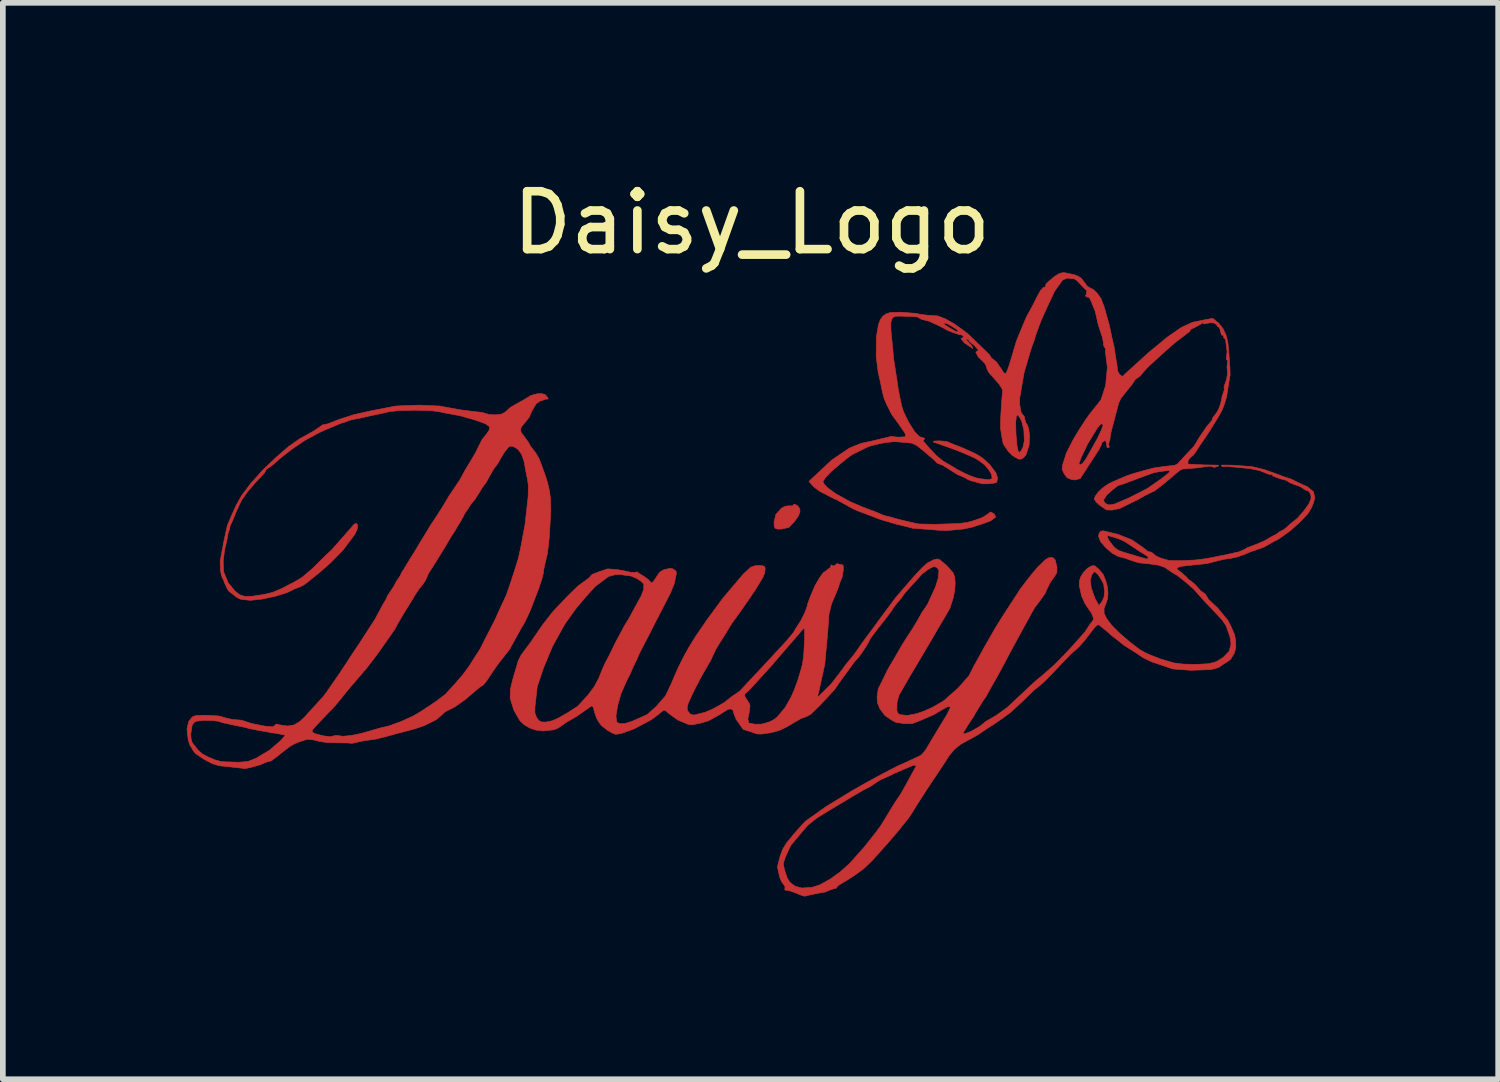
<source format=kicad_pcb>
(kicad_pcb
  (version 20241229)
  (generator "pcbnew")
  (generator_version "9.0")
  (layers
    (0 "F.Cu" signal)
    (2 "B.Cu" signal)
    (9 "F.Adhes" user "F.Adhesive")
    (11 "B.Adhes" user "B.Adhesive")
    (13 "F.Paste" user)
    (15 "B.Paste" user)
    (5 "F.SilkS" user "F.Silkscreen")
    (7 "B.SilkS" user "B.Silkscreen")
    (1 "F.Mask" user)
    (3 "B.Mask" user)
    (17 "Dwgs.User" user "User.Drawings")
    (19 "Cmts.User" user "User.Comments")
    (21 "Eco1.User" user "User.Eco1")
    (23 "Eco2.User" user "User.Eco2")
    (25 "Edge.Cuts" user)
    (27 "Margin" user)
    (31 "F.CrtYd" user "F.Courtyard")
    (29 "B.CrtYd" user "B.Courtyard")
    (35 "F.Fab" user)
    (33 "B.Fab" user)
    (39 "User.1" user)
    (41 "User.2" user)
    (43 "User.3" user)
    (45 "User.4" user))
  (footprint "Daisy_Logo"
    (layer "F.Cu")
    (at 10.15 7.212)
    (property "Reference" "Daisy_Logo" (at 0 -6.35 0) (layer "F.SilkS") (effects (font (size 1.016 1.016) (thickness 0.152))))
    (attr through_hole)
    (fp_poly (pts (xy 0.735 -1.41) (xy 0.736 -1.395) (xy 0.718 -1.379) (xy 0.628 -1.379) (xy 0.576 -1.368) (xy 0.518 -1.334) (xy 0.423 -1.226) (xy 0.392 -1.094) (xy 0.395 -1.028) (xy 0.411 -0.984) (xy 0.451 -0.972) (xy 0.522 -0.972) (xy 0.654 -1.001) (xy 0.752 -1.106) (xy 0.816 -1.197) (xy 0.847 -1.268) (xy 0.846 -1.324) (xy 0.814 -1.373) (xy 0.768 -1.404) (xy 0.735 -1.41)) (stroke (width 0.01) (type solid)) (fill yes) (layer "F.Cu"))
    (fp_poly (pts (xy -3.702 -3.352) (xy -3.773 -3.346) (xy -3.877 -3.317) (xy -3.998 -3.244) (xy -4.168 -3.149) (xy -4.239 -3.107) (xy -4.327 -3.027) (xy -4.398 -2.988) (xy -4.508 -2.978) (xy -4.608 -2.982) (xy -4.664 -2.999) (xy -4.737 -3.02) (xy -4.881 -3.036) (xy -5.11 -3.065) (xy -5.301 -3.099) (xy -5.476 -3.132) (xy -5.836 -3.148) (xy -6.245 -3.133) (xy -6.675 -3.05) (xy -6.989 -2.98) (xy -7.242 -2.898) (xy -7.447 -2.819) (xy -7.524 -2.803) (xy -7.552 -2.796) (xy -7.567 -2.777) (xy -7.692 -2.693) (xy -7.943 -2.554) (xy -8.132 -2.421) (xy -8.339 -2.242) (xy -8.574 -2.02) (xy -8.789 -1.782) (xy -8.959 -1.557) (xy -9.059 -1.375) (xy -9.141 -1.194) (xy -9.207 -1.037) (xy -9.239 -0.896) (xy -9.268 -0.761) (xy -9.291 -0.635) (xy -9.306 -0.563) (xy -9.334 -0.404) (xy -9.331 -0.257) (xy -9.314 -0.168) (xy -9.293 -0.109) (xy -9.275 -0.08) (xy -9.253 -0.016) (xy -9.211 0.074) (xy -9.177 0.124) (xy -9.103 0.179) (xy -9.038 0.23) (xy -8.974 0.261) (xy -8.807 0.28) (xy -8.6 0.258) (xy -8.367 0.208) (xy -8.156 0.143) (xy -8.019 0.075) (xy -7.941 0.047) (xy -7.864 0.009) (xy -7.813 -0.029) (xy -7.581 -0.216) (xy -7.402 -0.373) (xy -7.178 -0.601) (xy -6.972 -0.876) (xy -6.925 -0.974) (xy -6.92 -1.041) (xy -6.941 -1.071) (xy -6.979 -1.059) (xy -7.133 -0.883) (xy -7.369 -0.614) (xy -7.472 -0.517) (xy -7.716 -0.276) (xy -7.902 -0.118) (xy -8.025 -0.046) (xy -8.255 0.074) (xy -8.419 0.142) (xy -8.569 0.178) (xy -8.773 0.208) (xy -8.9 0.211) (xy -8.987 0.184) (xy -9.07 0.122) (xy -9.194 -0.03) (xy -9.273 -0.221) (xy -9.281 -0.402) (xy -9.257 -0.605) (xy -9.219 -0.758) (xy -9.196 -0.892) (xy -9.184 -0.935) (xy -9.17 -0.961) (xy -9.16 -1.025) (xy -9.11 -1.134) (xy -9.053 -1.275) (xy -9.025 -1.336) (xy -8.983 -1.428) (xy -8.947 -1.497) (xy -8.925 -1.524) (xy -8.886 -1.581) (xy -8.867 -1.609) (xy -8.829 -1.656) (xy -8.788 -1.702) (xy -8.714 -1.79) (xy -8.554 -1.959) (xy -8.53 -2.007) (xy -8.52 -2.024) (xy -8.432 -2.081) (xy -8.27 -2.222) (xy -8.114 -2.344) (xy -8.03 -2.405) (xy -7.869 -2.515) (xy -7.817 -2.546) (xy -7.603 -2.661) (xy -7.492 -2.713) (xy -7.324 -2.782) (xy -7.25 -2.815) (xy -7.19 -2.837) (xy -7.131 -2.854) (xy -7.056 -2.884) (xy -6.874 -2.921) (xy -6.665 -2.968) (xy -6.512 -2.999) (xy -6.368 -3.033) (xy -6.189 -3.053) (xy -5.903 -3.059) (xy -5.625 -3.051) (xy -5.47 -3.029) (xy -5.383 -3.01) (xy -5.113 -2.96) (xy -4.851 -2.885) (xy -4.784 -2.861) (xy -4.67 -2.818) (xy -4.601 -2.767) (xy -4.608 -2.715) (xy -4.649 -2.651) (xy -4.738 -2.539) (xy -4.855 -2.302) (xy -5.035 -2.001) (xy -5.105 -1.871) (xy -5.132 -1.825) (xy -5.215 -1.702) (xy -5.318 -1.548) (xy -5.368 -1.463) (xy -5.443 -1.34) (xy -5.523 -1.214) (xy -5.574 -1.137) (xy -5.628 -1.057) (xy -5.739 -0.873) (xy -5.842 -0.705) (xy -5.907 -0.595) (xy -5.984 -0.473) (xy -6.048 -0.367) (xy -6.108 -0.267) (xy -6.145 -0.213) (xy -6.175 -0.147) (xy -6.236 -0.059) (xy -6.283 0.031) (xy -6.393 0.197) (xy -6.417 0.255) (xy -6.468 0.339) (xy -6.615 0.612) (xy -6.821 0.93) (xy -6.89 1.037) (xy -6.973 1.16) (xy -7.049 1.275) (xy -7.112 1.374) (xy -7.164 1.451) (xy -7.235 1.559) (xy -7.367 1.749) (xy -7.467 1.895) (xy -7.527 1.973) (xy -7.854 2.332) (xy -7.936 2.409) (xy -8.19 2.646) (xy -8.265 2.737) (xy -8.461 2.907) (xy -8.702 3.052) (xy -8.846 3.109) (xy -9.009 3.123) (xy -9.308 3.113) (xy -9.422 3.082) (xy -9.548 3.029) (xy -9.648 2.976) (xy -9.723 2.909) (xy -9.826 2.776) (xy -9.845 2.709) (xy -9.85 2.626) (xy -9.825 2.469) (xy -9.793 2.424) (xy -9.75 2.402) (xy -9.63 2.388) (xy -9.493 2.389) (xy -9.371 2.402) (xy -9.298 2.427) (xy -9.092 2.471) (xy -8.886 2.513) (xy -8.839 2.528) (xy -8.661 2.564) (xy -8.359 2.615) (xy -8.19 2.646) (xy -7.936 2.409) (xy -8.039 2.469) (xy -8.151 2.487) (xy -8.3 2.465) (xy -8.348 2.451) (xy -8.374 2.476) (xy -8.413 2.501) (xy -8.548 2.489) (xy -8.783 2.443) (xy -8.932 2.393) (xy -8.978 2.383) (xy -9.111 2.373) (xy -9.223 2.348) (xy -9.354 2.311) (xy -9.594 2.297) (xy -9.757 2.302) (xy -9.824 2.328) (xy -9.888 2.409) (xy -9.916 2.541) (xy -9.895 2.732) (xy -9.867 2.819) (xy -9.835 2.87) (xy -9.812 2.911) (xy -9.79 2.941) (xy -9.759 2.975) (xy -9.624 3.067) (xy -9.475 3.146) (xy -9.353 3.184) (xy -9.137 3.207) (xy -8.926 3.23) (xy -8.91 3.237) (xy -8.8 3.215) (xy -8.631 3.167) (xy -8.527 3.122) (xy -8.446 3.101) (xy -8.416 3.085) (xy -8.402 3.07) (xy -8.342 3.028) (xy -8.233 2.939) (xy -8.107 2.844) (xy -8.019 2.794) (xy -7.919 2.755) (xy -7.649 2.481) (xy -7.329 2.146) (xy -7.213 2.007) (xy -7.083 1.845) (xy -6.759 1.467) (xy -6.602 1.262) (xy -6.557 1.201) (xy -6.436 1.029) (xy -6.329 0.876) (xy -6.265 0.783) (xy -6.209 0.678) (xy -6.113 0.515) (xy -5.983 0.306) (xy -5.91 0.183) (xy -5.847 0.089) (xy -5.768 -0.012) (xy -5.731 -0.065) (xy -5.678 -0.189) (xy -5.569 -0.359) (xy -5.459 -0.536) (xy -5.33 -0.751) (xy -5.28 -0.836) (xy -5.211 -0.941) (xy -5.171 -1.011) (xy -5.118 -1.097) (xy -5.064 -1.192) (xy -5.042 -1.241) (xy -5.001 -1.299) (xy -4.923 -1.419) (xy -4.853 -1.5) (xy -4.841 -1.524) (xy -4.81 -1.571) (xy -4.78 -1.618) (xy -4.734 -1.696) (xy -4.661 -1.794) (xy -4.611 -1.886) (xy -4.532 -2.025) (xy -4.454 -2.129) (xy -4.442 -2.149) (xy -4.408 -2.213) (xy -4.342 -2.322) (xy -4.27 -2.413) (xy -4.23 -2.428) (xy -4.188 -2.423) (xy -4.104 -2.372) (xy -4.042 -2.287) (xy -3.997 -2.159) (xy -3.965 -1.981) (xy -3.937 -1.842) (xy -3.922 -1.736) (xy -3.926 -1.539) (xy -3.981 -1.05) (xy -4.051 -0.674) (xy -4.097 -0.459) (xy -4.174 -0.213) (xy -4.265 0.063) (xy -4.315 0.202) (xy -4.42 0.426) (xy -4.503 0.611) (xy -4.595 0.791) (xy -4.692 0.979) (xy -4.764 1.125) (xy -4.97 1.447) (xy -5.062 1.572) (xy -5.209 1.744) (xy -5.377 1.928) (xy -5.536 2.05) (xy -5.802 2.227) (xy -5.941 2.31) (xy -6.154 2.406) (xy -6.368 2.485) (xy -6.51 2.518) (xy -6.67 2.563) (xy -6.848 2.615) (xy -7.03 2.652) (xy -7.178 2.667) (xy -7.257 2.656) (xy -7.306 2.652) (xy -7.397 2.674) (xy -7.518 2.66) (xy -7.658 2.625) (xy -7.719 2.594) (xy -7.712 2.552) (xy -7.649 2.481) (xy -7.919 2.755) (xy -7.799 2.719) (xy -7.688 2.732) (xy -7.599 2.755) (xy -7.461 2.777) (xy -7.269 2.781) (xy -7.091 2.784) (xy -7.02 2.791) (xy -6.96 2.778) (xy -6.805 2.745) (xy -6.613 2.719) (xy -6.421 2.672) (xy -6.253 2.625) (xy -6.076 2.579) (xy -5.9 2.531) (xy -5.762 2.484) (xy -5.624 2.418) (xy -5.537 2.373) (xy -5.442 2.291) (xy -5.392 2.242) (xy -5.335 2.213) (xy -5.255 2.172) (xy -5.211 2.149) (xy -5.034 2.024) (xy -4.786 1.814) (xy -4.707 1.759) (xy -4.648 1.685) (xy -4.541 1.521) (xy -4.431 1.367) (xy -4.357 1.275) (xy -4.25 1.137) (xy -4.13 0.918) (xy -4.042 0.76) (xy -3.984 0.663) (xy -3.891 0.464) (xy -3.756 0.115) (xy -3.734 0.054) (xy -3.721 0.012) (xy -3.692 -0.07) (xy -3.662 -0.185) (xy -3.646 -0.294) (xy -3.586 -0.551) (xy -3.554 -0.835) (xy -3.528 -1.293) (xy -3.533 -1.497) (xy -3.55 -1.635) (xy -3.583 -1.779) (xy -3.623 -1.909) (xy -3.673 -2.047) (xy -3.734 -2.209) (xy -3.793 -2.308) (xy -3.888 -2.432) (xy -3.92 -2.494) (xy -3.936 -2.515) (xy -3.951 -2.536) (xy -4.005 -2.612) (xy -4.046 -2.664) (xy -4.059 -2.712) (xy -4.047 -2.763) (xy -3.905 -2.937) (xy -3.863 -3.042) (xy -3.811 -3.129) (xy -3.798 -3.149) (xy -3.776 -3.18) (xy -3.723 -3.216) (xy -3.61 -3.254) (xy -3.575 -3.255) (xy -3.582 -3.281) (xy -3.629 -3.335) (xy -3.702 -3.352)) (stroke (width 0.01) (type solid)) (fill yes) (layer "F.Cu"))
    (fp_poly (pts (xy 5.479 -5.476) (xy 5.406 -5.462) (xy 5.311 -5.403) (xy 5.179 -5.289) (xy 5.156 -5.251) (xy 5.164 -5.228) (xy 5.174 -5.219) (xy 5.154 -5.222) (xy 5.118 -5.214) (xy 5.07 -5.158) (xy 4.996 -5.024) (xy 4.948 -4.924) (xy 4.877 -4.793) (xy 4.823 -4.694) (xy 4.801 -4.64) (xy 4.764 -4.556) (xy 4.647 -4.271) (xy 4.541 -3.911) (xy 4.519 -3.842) (xy 4.49 -3.762) (xy 4.46 -3.697) (xy 4.419 -3.724) (xy 4.377 -3.792) (xy 4.296 -3.908) (xy 4.225 -3.964) (xy 4.211 -3.973) (xy 4.177 -4.031) (xy 3.811 -4.387) (xy 3.713 -4.464) (xy 3.555 -4.576) (xy 3.403 -4.662) (xy 3.269 -4.714) (xy 3.107 -4.725) (xy 2.977 -4.739) (xy 2.883 -4.759) (xy 2.623 -4.78) (xy 2.429 -4.773) (xy 2.359 -4.749) (xy 2.303 -4.709) (xy 2.26 -4.65) (xy 2.228 -4.57) (xy 2.188 -4.341) (xy 2.186 -4.002) (xy 2.22 -3.727) (xy 2.262 -3.543) (xy 2.293 -3.39) (xy 2.324 -3.268) (xy 2.372 -3.154) (xy 2.401 -3.101) (xy 2.454 -2.992) (xy 2.579 -2.819) (xy 2.687 -2.663) (xy 2.703 -2.617) (xy 2.692 -2.592) (xy 2.571 -2.585) (xy 2.448 -2.599) (xy 2.328 -2.569) (xy 2.136 -2.523) (xy 1.924 -2.477) (xy 1.719 -2.396) (xy 1.404 -2.183) (xy 1.005 -1.809) (xy 1.086 -1.716) (xy 1.186 -1.64) (xy 1.259 -1.602) (xy 1.332 -1.564) (xy 1.392 -1.533) (xy 1.453 -1.502) (xy 1.489 -1.489) (xy 1.782 -1.326) (xy 1.887 -1.281) (xy 1.992 -1.243) (xy 2.257 -1.141) (xy 2.466 -1.08) (xy 2.548 -1.056) (xy 2.607 -1.042) (xy 2.725 -1.013) (xy 2.823 -0.987) (xy 2.999 -0.973) (xy 3.291 -0.951) (xy 3.398 -0.947) (xy 3.498 -0.952) (xy 3.723 -0.973) (xy 3.896 -1.012) (xy 3.937 -1.027) (xy 4.006 -1.05) (xy 4.081 -1.073) (xy 4.198 -1.118) (xy 4.285 -1.184) (xy 4.256 -1.239) (xy 4.195 -1.272) (xy 4.145 -1.236) (xy 4.055 -1.176) (xy 3.904 -1.121) (xy 3.791 -1.09) (xy 3.645 -1.069) (xy 3.222 -1.055) (xy 2.929 -1.061) (xy 2.777 -1.095) (xy 2.608 -1.135) (xy 2.524 -1.157) (xy 2.449 -1.18) (xy 2.326 -1.209) (xy 2.15 -1.283) (xy 2.012 -1.334) (xy 1.918 -1.371) (xy 1.828 -1.41) (xy 1.729 -1.452) (xy 1.471 -1.595) (xy 1.329 -1.7) (xy 1.273 -1.76) (xy 1.25 -1.804) (xy 1.292 -1.871) (xy 1.393 -1.98) (xy 1.616 -2.168) (xy 1.682 -2.22) (xy 1.767 -2.281) (xy 2.056 -2.423) (xy 2.17 -2.453) (xy 2.276 -2.478) (xy 2.369 -2.493) (xy 2.507 -2.507) (xy 2.696 -2.493) (xy 2.819 -2.479) (xy 2.898 -2.439) (xy 3.01 -2.35) (xy 3.214 -2.177) (xy 3.224 -2.165) (xy 3.259 -2.128) (xy 3.351 -2.093) (xy 3.452 -2.032) (xy 3.603 -1.935) (xy 3.749 -1.871) (xy 3.803 -1.838) (xy 3.866 -1.815) (xy 3.897 -1.809) (xy 3.951 -1.794) (xy 4.005 -1.778) (xy 4.056 -1.766) (xy 4.154 -1.767) (xy 4.253 -1.777) (xy 4.304 -1.795) (xy 4.317 -1.867) (xy 4.288 -1.96) (xy 4.174 -2.11) (xy 4.049 -2.223) (xy 3.958 -2.279) (xy 3.851 -2.331) (xy 3.744 -2.379) (xy 3.677 -2.408) (xy 3.562 -2.452) (xy 3.423 -2.51) (xy 3.295 -2.521) (xy 3.204 -2.517) (xy 3.185 -2.502) (xy 3.368 -2.438) (xy 3.605 -2.353) (xy 3.805 -2.27) (xy 3.92 -2.218) (xy 3.996 -2.171) (xy 4.084 -2.104) (xy 4.162 -2.016) (xy 4.213 -1.928) (xy 4.221 -1.862) (xy 4.195 -1.846) (xy 4.142 -1.84) (xy 4.004 -1.857) (xy 3.92 -1.876) (xy 3.828 -1.911) (xy 3.736 -1.953) (xy 3.69 -1.976) (xy 3.621 -2.011) (xy 3.478 -2.097) (xy 3.365 -2.162) (xy 3.244 -2.26) (xy 3.108 -2.406) (xy 3.033 -2.491) (xy 3.005 -2.519) (xy 3.023 -2.54) (xy 3.039 -2.559) (xy 3.008 -2.576) (xy 2.948 -2.592) (xy 2.862 -2.679) (xy 2.753 -2.852) (xy 2.665 -3.034) (xy 2.633 -3.136) (xy 2.595 -3.313) (xy 2.572 -3.436) (xy 2.554 -3.566) (xy 2.523 -3.765) (xy 2.495 -3.94) (xy 2.47 -4.201) (xy 2.446 -4.446) (xy 2.442 -4.588) (xy 2.456 -4.649) (xy 2.48 -4.688) (xy 2.526 -4.709) (xy 2.617 -4.711) (xy 2.822 -4.704) (xy 2.914 -4.695) (xy 2.979 -4.656) (xy 3.107 -4.624) (xy 3.276 -4.548) (xy 3.356 -4.508) (xy 3.414 -4.476) (xy 3.431 -4.464) (xy 3.532 -4.424) (xy 3.641 -4.388) (xy 3.628 -4.449) (xy 3.606 -4.433) (xy 3.576 -4.446) (xy 3.486 -4.498) (xy 3.393 -4.555) (xy 3.371 -4.595) (xy 3.448 -4.571) (xy 3.544 -4.514) (xy 3.602 -4.475) (xy 3.628 -4.449) (xy 3.641 -4.388) (xy 3.695 -4.379) (xy 3.72 -4.347) (xy 3.697 -4.325) (xy 3.674 -4.316) (xy 3.736 -4.239) (xy 3.856 -4.161) (xy 3.883 -4.141) (xy 3.868 -4.181) (xy 3.81 -4.248) (xy 3.769 -4.295) (xy 3.789 -4.31) (xy 3.813 -4.287) (xy 3.824 -4.264) (xy 3.91 -4.195) (xy 3.981 -4.113) (xy 3.958 -4.095) (xy 3.935 -4.076) (xy 3.978 -3.994) (xy 4.049 -3.927) (xy 4.106 -3.865) (xy 4.135 -3.775) (xy 4.162 -3.723) (xy 4.234 -3.642) (xy 4.334 -3.529) (xy 4.373 -3.472) (xy 4.404 -3.423) (xy 4.402 -3.351) (xy 4.388 -3.198) (xy 4.372 -2.929) (xy 4.368 -2.751) (xy 4.388 -2.615) (xy 4.417 -2.467) (xy 4.506 -2.335) (xy 4.571 -2.268) (xy 4.617 -2.239) (xy 4.657 -2.216) (xy 4.694 -2.198) (xy 4.737 -2.203) (xy 4.779 -2.23) (xy 4.816 -2.276) (xy 4.871 -2.443) (xy 4.879 -2.62) (xy 4.864 -2.722) (xy 4.843 -2.795) (xy 4.811 -2.844) (xy 4.794 -2.905) (xy 4.788 -2.945) (xy 4.771 -2.966) (xy 4.732 -3.017) (xy 4.704 -3.163) (xy 4.705 -3.27) (xy 4.648 -2.959) (xy 4.676 -2.973) (xy 4.704 -2.933) (xy 4.741 -2.868) (xy 4.779 -2.709) (xy 4.787 -2.518) (xy 4.762 -2.404) (xy 4.723 -2.336) (xy 4.699 -2.321) (xy 4.682 -2.327) (xy 4.657 -2.443) (xy 4.64 -2.647) (xy 4.636 -2.848) (xy 4.648 -2.959) (xy 4.705 -3.27) (xy 4.726 -3.388) (xy 4.783 -3.719) (xy 4.896 -4.103) (xy 4.937 -4.226) (xy 4.949 -4.249) (xy 4.985 -4.371) (xy 5.078 -4.625) (xy 5.178 -4.847) (xy 5.316 -5.144) (xy 5.459 -5.345) (xy 5.535 -5.377) (xy 5.577 -5.378) (xy 5.602 -5.366) (xy 5.63 -5.368) (xy 5.662 -5.366) (xy 5.712 -5.335) (xy 5.808 -5.234) (xy 5.853 -5.185) (xy 5.873 -5.174) (xy 5.884 -5.148) (xy 5.873 -5.09) (xy 5.859 -5.066) (xy 5.881 -5.048) (xy 5.92 -5.042) (xy 5.93 -5.031) (xy 5.958 -4.979) (xy 6.034 -4.788) (xy 6.083 -4.569) (xy 6.114 -4.471) (xy 6.145 -4.377) (xy 6.16 -4.333) (xy 6.175 -4.247) (xy 6.181 -4.188) (xy 6.197 -4.163) (xy 6.211 -4.143) (xy 6.21 -4.096) (xy 6.227 -3.955) (xy 6.245 -3.81) (xy 6.224 -3.597) (xy 6.216 -3.494) (xy 6.2 -3.447) (xy 6.161 -3.327) (xy 6.133 -3.243) (xy 6.075 -3.167) (xy 5.942 -3) (xy 5.86 -2.887) (xy 5.746 -2.71) (xy 5.636 -2.524) (xy 5.526 -2.308) (xy 5.456 -2.088) (xy 5.451 -2.022) (xy 5.48 -1.954) (xy 5.536 -1.875) (xy 5.612 -1.843) (xy 5.673 -1.834) (xy 5.724 -1.847) (xy 5.767 -1.857) (xy 6.039 -2.278) (xy 6.098 -2.369) (xy 6.129 -2.43) (xy 6.155 -2.497) (xy 6.203 -2.527) (xy 6.222 -2.51) (xy 6.23 -2.465) (xy 6.242 -2.4) (xy 6.271 -2.405) (xy 6.282 -2.423) (xy 6.27 -2.437) (xy 6.264 -2.459) (xy 6.29 -2.543) (xy 6.301 -2.641) (xy 6.315 -2.695) (xy 6.412 -3.063) (xy 6.17 -2.799) (xy 6.144 -2.719) (xy 6.068 -2.559) (xy 5.868 -2.202) (xy 5.812 -2.127) (xy 5.774 -2.101) (xy 5.754 -2.108) (xy 5.747 -2.127) (xy 5.769 -2.184) (xy 5.792 -2.243) (xy 5.899 -2.466) (xy 6.076 -2.757) (xy 6.135 -2.818) (xy 6.155 -2.818) (xy 6.17 -2.799) (xy 6.412 -3.063) (xy 6.44 -3.174) (xy 6.483 -3.268) (xy 6.685 -3.52) (xy 6.731 -3.596) (xy 6.737 -3.602) (xy 6.814 -3.653) (xy 6.896 -3.749) (xy 6.958 -3.817) (xy 7.258 -4.091) (xy 7.438 -4.249) (xy 7.535 -4.322) (xy 7.662 -4.421) (xy 7.696 -4.446) (xy 7.701 -4.467) (xy 7.702 -4.475) (xy 7.76 -4.503) (xy 7.851 -4.551) (xy 7.904 -4.581) (xy 7.927 -4.602) (xy 7.931 -4.585) (xy 7.931 -4.574) (xy 7.949 -4.576) (xy 8.064 -4.596) (xy 8.124 -4.588) (xy 8.148 -4.571) (xy 8.165 -4.559) (xy 8.179 -4.528) (xy 8.201 -4.52) (xy 8.224 -4.481) (xy 8.238 -4.416) (xy 8.252 -4.38) (xy 8.286 -4.368) (xy 8.288 -4.352) (xy 8.286 -4.332) (xy 8.3 -4.325) (xy 8.321 -4.299) (xy 8.348 -4.078) (xy 8.34 -4.029) (xy 8.334 -3.96) (xy 8.344 -3.939) (xy 8.36 -3.937) (xy 8.369 -3.941) (xy 8.36 -3.926) (xy 8.346 -3.823) (xy 8.355 -3.704) (xy 8.339 -3.601) (xy 8.298 -3.485) (xy 8.293 -3.451) (xy 8.302 -3.438) (xy 8.285 -3.374) (xy 8.26 -3.303) (xy 8.253 -3.255) (xy 8.231 -3.167) (xy 8.201 -3.081) (xy 8.177 -3.036) (xy 8.16 -3.011) (xy 8.121 -2.959) (xy 8.091 -2.921) (xy 8.087 -2.895) (xy 8.086 -2.886) (xy 7.989 -2.771) (xy 7.853 -2.571) (xy 7.802 -2.483) (xy 7.761 -2.42) (xy 7.615 -2.266) (xy 7.476 -2.114) (xy 7.425 -2.091) (xy 7.242 -2.071) (xy 7.056 -2.044) (xy 6.881 -1.997) (xy 6.705 -1.947) (xy 6.59 -1.909) (xy 6.356 -1.809) (xy 6.259 -1.762) (xy 6.165 -1.697) (xy 6.085 -1.621) (xy 6.029 -1.544) (xy 6.015 -1.5) (xy 6.048 -1.448) (xy 6.104 -1.395) (xy 6.172 -1.347) (xy 6.233 -1.308) (xy 6.327 -1.305) (xy 6.462 -1.333) (xy 6.666 -1.433) (xy 6.774 -1.486) (xy 6.927 -1.572) (xy 7.037 -1.625) (xy 7.073 -1.641) (xy 7.139 -1.693) (xy 7.234 -1.765) (xy 7.326 -1.842) (xy 7.456 -1.953) (xy 7.522 -2.005) (xy 7.571 -2.026) (xy 7.33 -2.001) (xy 7.343 -1.981) (xy 7.3 -1.938) (xy 7.194 -1.856) (xy 6.945 -1.682) (xy 6.618 -1.516) (xy 6.367 -1.41) (xy 6.271 -1.395) (xy 6.209 -1.424) (xy 6.175 -1.477) (xy 6.206 -1.525) (xy 6.237 -1.573) (xy 6.328 -1.655) (xy 6.428 -1.732) (xy 6.468 -1.748) (xy 6.525 -1.763) (xy 6.851 -1.886) (xy 7.069 -1.964) (xy 7.153 -1.978) (xy 7.27 -1.995) (xy 7.33 -2.001) (xy 7.571 -2.026) (xy 7.848 -2.049) (xy 7.94 -2.063) (xy 8.034 -2.077) (xy 8.07 -2.071) (xy 8.124 -2.055) (xy 8.194 -2.077) (xy 8.201 -2.089) (xy 8.173 -2.095) (xy 7.95 -2.098) (xy 7.66 -2.113) (xy 7.662 -2.175) (xy 7.698 -2.223) (xy 7.757 -2.272) (xy 7.81 -2.347) (xy 7.856 -2.421) (xy 7.928 -2.526) (xy 8.027 -2.672) (xy 8.115 -2.815) (xy 8.193 -2.939) (xy 8.257 -3.055) (xy 8.303 -3.173) (xy 8.339 -3.296) (xy 8.374 -3.52) (xy 8.401 -3.679) (xy 8.397 -3.804) (xy 8.377 -4.088) (xy 8.361 -4.25) (xy 8.328 -4.382) (xy 8.275 -4.492) (xy 8.198 -4.589) (xy 8.095 -4.672) (xy 7.953 -4.646) (xy 7.744 -4.603) (xy 7.544 -4.512) (xy 7.301 -4.344) (xy 6.966 -4.068) (xy 6.63 -3.762) (xy 6.508 -3.65) (xy 6.458 -3.689) (xy 6.427 -3.745) (xy 6.412 -3.861) (xy 6.387 -4.014) (xy 6.376 -4.083) (xy 6.364 -4.172) (xy 6.337 -4.279) (xy 6.279 -4.552) (xy 6.194 -4.859) (xy 6.135 -5.016) (xy 6.064 -5.116) (xy 5.998 -5.179) (xy 5.952 -5.2) (xy 5.896 -5.232) (xy 5.79 -5.372) (xy 5.742 -5.406) (xy 5.66 -5.44) (xy 5.479 -5.476) (xy 5.479 -5.476)) (stroke (width 0.01) (type solid)) (fill yes) (layer "F.Cu"))
    (fp_poly (pts (xy 8.266 -2.096) (xy 8.244 -2.091) (xy 8.253 -2.078) (xy 8.28 -2.065) (xy 8.3 -2.07) (xy 8.329 -2.074) (xy 8.474 -2.06) (xy 8.753 -2.034) (xy 8.917 -1.999) (xy 9.07 -1.937) (xy 9.138 -1.925) (xy 9.149 -1.929) (xy 9.146 -1.919) (xy 9.15 -1.904) (xy 9.178 -1.893) (xy 9.287 -1.853) (xy 9.368 -1.833) (xy 9.403 -1.818) (xy 9.444 -1.788) (xy 9.54 -1.75) (xy 9.634 -1.717) (xy 9.688 -1.68) (xy 9.74 -1.649) (xy 9.773 -1.643) (xy 9.801 -1.609) (xy 9.82 -1.558) (xy 9.821 -1.502) (xy 9.782 -1.411) (xy 9.698 -1.295) (xy 9.585 -1.164) (xy 9.46 -1.064) (xy 9.413 -1.02) (xy 9.345 -0.963) (xy 9.259 -0.919) (xy 9.244 -0.905) (xy 9.21 -0.88) (xy 9.121 -0.835) (xy 9.021 -0.773) (xy 8.86 -0.704) (xy 8.703 -0.645) (xy 8.654 -0.614) (xy 8.549 -0.57) (xy 8.285 -0.512) (xy 7.989 -0.454) (xy 7.805 -0.43) (xy 7.556 -0.416) (xy 7.333 -0.419) (xy 7.188 -0.459) (xy 7.104 -0.497) (xy 7.043 -0.544) (xy 7.023 -0.565) (xy 6.998 -0.569) (xy 6.959 -0.579) (xy 6.841 -0.669) (xy 6.672 -0.784) (xy 6.431 -0.879) (xy 6.176 -0.941) (xy 6.128 -0.934) (xy 6.101 -0.898) (xy 6.089 -0.845) (xy 6.13 -0.746) (xy 6.22 -0.643) (xy 6.331 -0.547) (xy 6.44 -0.49) (xy 6.56 -0.459) (xy 6.596 -0.445) (xy 6.666 -0.421) (xy 6.735 -0.398) (xy 6.805 -0.378) (xy 6.996 -0.359) (xy 7.137 -0.339) (xy 7.249 -0.301) (xy 6.965 -0.458) (xy 6.934 -0.446) (xy 6.858 -0.468) (xy 6.536 -0.563) (xy 6.437 -0.599) (xy 6.364 -0.654) (xy 6.271 -0.775) (xy 6.247 -0.829) (xy 6.247 -0.859) (xy 6.337 -0.835) (xy 6.453 -0.797) (xy 6.548 -0.754) (xy 6.682 -0.666) (xy 6.828 -0.57) (xy 6.91 -0.52) (xy 6.95 -0.495) (xy 6.965 -0.458) (xy 7.249 -0.301) (xy 7.403 -0.197) (xy 7.472 -0.159) (xy 7.631 -0.033) (xy 7.757 0.079) (xy 7.786 0.11) (xy 7.905 0.245) (xy 8.261 0.624) (xy 8.331 0.729) (xy 8.362 0.818) (xy 8.399 0.923) (xy 8.417 1.043) (xy 8.384 1.174) (xy 8.281 1.281) (xy 8.169 1.351) (xy 8.13 1.367) (xy 8.02 1.393) (xy 7.81 1.404) (xy 7.583 1.4) (xy 7.418 1.379) (xy 7.188 1.313) (xy 6.985 1.235) (xy 6.908 1.198) (xy 6.811 1.143) (xy 6.64 1.012) (xy 6.457 0.854) (xy 6.321 0.717) (xy 6.232 0.601) (xy 6.188 0.508) (xy 6.187 0.423) (xy 6.223 0.33) (xy 6.248 0.252) (xy 6.256 0.156) (xy 6.247 0.05) (xy 6.22 -0.055) (xy 6.172 -0.175) (xy 6.091 -0.271) (xy 6.023 -0.328) (xy 5.963 -0.323) (xy 5.894 -0.282) (xy 5.828 -0.213) (xy 5.775 -0.127) (xy 5.755 -0.061) (xy 5.751 0.015) (xy 5.793 0.205) (xy 5.852 0.336) (xy 5.915 0.431) (xy 5.964 0.499) (xy 5.997 0.578) (xy 6.098 0.37) (xy 6.03 0.251) (xy 5.963 0.066) (xy 5.945 -0.072) (xy 5.972 -0.171) (xy 6.019 -0.229) (xy 6.082 -0.173) (xy 6.144 -0.075) (xy 6.181 -0.001) (xy 6.196 0.123) (xy 6.187 0.22) (xy 6.153 0.298) (xy 6.098 0.37) (xy 5.997 0.578) (xy 5.999 0.621) (xy 5.976 0.653) (xy 5.945 0.693) (xy 5.851 0.836) (xy 5.661 1.05) (xy 5.516 1.207) (xy 5.323 1.405) (xy 5.094 1.607) (xy 4.985 1.695) (xy 4.488 2.16) (xy 4.298 2.298) (xy 4.142 2.389) (xy 4.104 2.41) (xy 4.015 2.486) (xy 3.852 2.581) (xy 3.748 2.621) (xy 3.705 2.619) (xy 3.838 2.406) (xy 3.889 2.332) (xy 3.939 2.244) (xy 4.062 2.042) (xy 4.106 1.984) (xy 4.142 1.92) (xy 4.197 1.818) (xy 4.305 1.629) (xy 4.413 1.432) (xy 4.481 1.303) (xy 4.555 1.161) (xy 4.69 0.914) (xy 4.925 0.485) (xy 4.969 0.408) (xy 5.063 0.285) (xy 5.147 0.167) (xy 5.163 0.132) (xy 5.178 0.097) (xy 5.243 -0.036) (xy 5.336 -0.169) (xy 5.359 -0.208) (xy 5.36 -0.302) (xy 5.329 -0.431) (xy 5.298 -0.464) (xy 5.259 -0.475) (xy 5.211 -0.465) (xy 5.156 -0.433) (xy 5.025 -0.306) (xy 4.94 -0.207) (xy 4.836 -0.076) (xy 4.715 0.083) (xy 4.65 0.185) (xy 4.587 0.281) (xy 4.504 0.408) (xy 4.395 0.577) (xy 4.277 0.768) (xy 4.104 1.068) (xy 4.057 1.152) (xy 3.995 1.267) (xy 3.9 1.436) (xy 3.814 1.606) (xy 3.623 1.822) (xy 3.375 2.042) (xy 3.184 2.154) (xy 3.022 2.227) (xy 2.892 2.271) (xy 2.731 2.302) (xy 2.595 2.286) (xy 2.565 2.26) (xy 2.549 2.216) (xy 2.551 2.078) (xy 2.584 1.95) (xy 2.791 1.589) (xy 2.861 1.474) (xy 3.072 1.116) (xy 3.132 1.014) (xy 3.193 0.911) (xy 3.281 0.757) (xy 3.385 0.584) (xy 3.479 0.422) (xy 3.538 0.239) (xy 3.564 0.105) (xy 3.573 -0.021) (xy 3.564 -0.127) (xy 3.538 -0.202) (xy 3.432 -0.323) (xy 3.306 -0.431) (xy 3.262 -0.448) (xy 3.198 -0.433) (xy 3.087 -0.377) (xy 2.974 -0.274) (xy 2.854 -0.145) (xy 2.529 0.231) (xy 2.26 0.592) (xy 2.121 0.784) (xy 2.001 0.943) (xy 1.795 1.234) (xy 1.645 1.417) (xy 1.603 1.477) (xy 1.496 1.619) (xy 1.388 1.756) (xy 1.176 1.965) (xy 1.163 1.963) (xy 1.16 1.948) (xy 1.187 1.843) (xy 1.283 1.402) (xy 1.333 0.86) (xy 1.357 0.52) (xy 1.4 0.346) (xy 1.487 0.139) (xy 1.526 0.043) (xy 1.54 -0.01) (xy 1.59 -0.134) (xy 1.609 -0.257) (xy 1.607 -0.331) (xy 1.592 -0.345) (xy 1.532 -0.355) (xy 1.497 -0.365) (xy 1.478 -0.347) (xy 1.436 -0.322) (xy 1.398 -0.34) (xy 1.393 -0.344) (xy 1.39 -0.325) (xy 1.377 -0.294) (xy 1.343 -0.268) (xy 1.252 -0.2) (xy 1.184 -0.104) (xy 1.11 0.024) (xy 1.035 0.201) (xy 0.986 0.33) (xy 0.974 0.384) (xy 0.935 0.492) (xy 0.861 0.639) (xy 0.799 0.736) (xy 0.775 0.771) (xy 0.734 0.843) (xy 0.615 0.988) (xy 0.166 1.472) (xy -0.102 1.758) (xy -0.206 1.87) (xy -0.275 1.92) (xy -0.349 1.969) (xy -0.483 2.075) (xy -0.592 2.138) (xy -0.707 2.199) (xy -0.819 2.246) (xy -1.014 2.295) (xy -1.08 2.277) (xy -1.129 2.215) (xy -1.134 2.164) (xy -1.117 2.091) (xy -1.011 1.861) (xy -0.878 1.605) (xy -0.783 1.442) (xy -0.721 1.335) (xy -0.675 1.236) (xy -0.629 1.137) (xy -0.567 1.036) (xy -0.46 0.867) (xy -0.359 0.699) (xy -0.226 0.515) (xy -0.049 0.262) (xy 0.059 0.101) (xy 0.194 -0.118) (xy 0.227 -0.201) (xy 0.237 -0.27) (xy 0.229 -0.313) (xy 0.184 -0.33) (xy 0.059 -0.329) (xy -0.022 -0.298) (xy -0.144 -0.185) (xy -0.51 0.247) (xy -0.805 0.649) (xy -0.851 0.718) (xy -0.975 0.898) (xy -1.03 0.986) (xy -1.107 1.112) (xy -1.177 1.236) (xy -1.301 1.483) (xy -1.419 1.758) (xy -1.514 1.958) (xy -1.676 2.143) (xy -1.836 2.287) (xy -1.946 2.335) (xy -2.105 2.406) (xy -2.228 2.443) (xy -2.316 2.447) (xy -2.371 2.417) (xy -2.384 2.31) (xy -2.353 2.123) (xy -2.293 1.913) (xy -2.218 1.743) (xy -2.179 1.658) (xy -2.139 1.583) (xy -2.11 1.513) (xy -2.067 1.419) (xy -2.013 1.308) (xy -1.974 1.216) (xy -1.902 1.075) (xy -1.826 0.93) (xy -1.658 0.6) (xy -1.583 0.454) (xy -1.429 0.156) (xy -1.359 -0.015) (xy -1.323 -0.193) (xy -1.326 -0.224) (xy -1.343 -0.244) (xy -1.381 -0.271) (xy -1.427 -0.283) (xy -1.541 -0.259) (xy -1.607 -0.221) (xy -1.643 -0.176) (xy -1.71 -0.074) (xy -1.755 -0.022) (xy -2.098 0.49) (xy -2.162 0.607) (xy -2.228 0.715) (xy -2.385 1.006) (xy -2.508 1.259) (xy -2.568 1.37) (xy -2.616 1.475) (xy -2.685 1.646) (xy -2.765 1.797) (xy -2.872 1.94) (xy -3.056 2.14) (xy -3.23 2.253) (xy -3.4 2.35) (xy -3.508 2.396) (xy -3.615 2.418) (xy -3.689 2.416) (xy -3.741 2.389) (xy -3.78 2.333) (xy -3.808 2.256) (xy -3.806 2.149) (xy -3.766 1.794) (xy -3.656 1.467) (xy -3.5 1.091) (xy -3.432 0.968) (xy -3.358 0.835) (xy -3.281 0.696) (xy -3.223 0.616) (xy -3.199 0.581) (xy -3.085 0.422) (xy -2.908 0.212) (xy -2.745 0.033) (xy -2.511 -0.141) (xy -2.462 -0.152) (xy -2.409 -0.168) (xy -2.335 -0.176) (xy -2.118 -0.147) (xy -2.02 -0.105) (xy -1.944 -0.057) (xy -1.895 -0.007) (xy -1.896 0.087) (xy -1.942 0.205) (xy -2.098 0.49) (xy -1.755 -0.022) (xy -1.818 -0.087) (xy -1.91 -0.152) (xy -1.961 -0.183) (xy -1.992 -0.203) (xy -2.003 -0.211) (xy -2.012 -0.221) (xy -2.044 -0.212) (xy -2.124 -0.212) (xy -2.225 -0.235) (xy -2.355 -0.259) (xy -2.528 -0.273) (xy -2.683 -0.221) (xy -2.801 -0.176) (xy -2.816 -0.162) (xy -2.858 -0.113) (xy -3.048 0.027) (xy -3.188 0.161) (xy -3.295 0.272) (xy -3.487 0.474) (xy -3.659 0.693) (xy -3.712 0.768) (xy -3.888 1.025) (xy -3.983 1.152) (xy -4.049 1.242) (xy -4.1 1.34) (xy -4.174 1.597) (xy -4.197 1.674) (xy -4.237 1.84) (xy -4.242 1.999) (xy -4.176 2.209) (xy -4.072 2.392) (xy -3.992 2.467) (xy -3.896 2.522) (xy -3.788 2.558) (xy -3.666 2.573) (xy -3.475 2.553) (xy -3.399 2.522) (xy -3.337 2.479) (xy -3.249 2.418) (xy -3.194 2.387) (xy -3.067 2.312) (xy -2.901 2.196) (xy -2.814 2.134) (xy -2.784 2.152) (xy -2.761 2.241) (xy -2.724 2.348) (xy -2.679 2.426) (xy -2.634 2.483) (xy -2.527 2.566) (xy -2.447 2.61) (xy -2.389 2.632) (xy -2.333 2.625) (xy -2.273 2.612) (xy -2.067 2.537) (xy -1.81 2.401) (xy -1.747 2.364) (xy -1.659 2.299) (xy -1.555 2.214) (xy -1.52 2.211) (xy -1.448 2.273) (xy -1.291 2.385) (xy -1.154 2.441) (xy -1.12 2.456) (xy -1.043 2.465) (xy -0.903 2.437) (xy -0.766 2.397) (xy -0.676 2.349) (xy -0.621 2.318) (xy -0.576 2.295) (xy -0.541 2.272) (xy -0.481 2.234) (xy -0.106 1.909) (xy -0.039 1.851) (xy 0.319 1.459) (xy 0.491 1.259) (xy 0.636 1.091) (xy 0.79 0.914) (xy 0.88 0.808) (xy 0.928 0.763) (xy 0.928 0.961) (xy 0.913 1.252) (xy 0.89 1.405) (xy 0.852 1.543) (xy 0.806 1.695) (xy 0.745 1.856) (xy 0.69 1.981) (xy 0.588 2.161) (xy 0.445 2.333) (xy 0.366 2.388) (xy 0.289 2.422) (xy 0.169 2.454) (xy 0.051 2.455) (xy -0.052 2.434) (xy -0.068 2.363) (xy -0.044 2.246) (xy -0.03 2.132) (xy -0.046 2.082) (xy -0.076 2.039) (xy -0.124 1.96) (xy -0.124 1.928) (xy -0.106 1.909) (xy -0.481 2.234) (xy -0.417 2.194) (xy -0.364 2.186) (xy -0.328 2.21) (xy -0.315 2.264) (xy -0.278 2.362) (xy -0.196 2.48) (xy -0.146 2.548) (xy -0.073 2.569) (xy 0.039 2.606) (xy 0.09 2.625) (xy 0.175 2.627) (xy 0.31 2.608) (xy 0.41 2.586) (xy 0.497 2.559) (xy 0.615 2.502) (xy 0.708 2.447) (xy 0.869 2.353) (xy 0.951 2.325) (xy 1.033 2.283) (xy 1.188 2.135) (xy 1.457 1.843) (xy 1.572 1.677) (xy 1.598 1.641) (xy 1.693 1.513) (xy 1.797 1.367) (xy 1.885 1.269) (xy 1.966 1.154) (xy 2.029 1.055) (xy 2.063 0.991) (xy 2.083 0.95) (xy 2.217 0.772) (xy 2.254 0.726) (xy 2.369 0.579) (xy 2.462 0.454) (xy 2.5 0.393) (xy 2.562 0.315) (xy 2.626 0.241) (xy 2.686 0.155) (xy 2.989 -0.18) (xy 3.101 -0.266) (xy 3.194 -0.314) (xy 3.243 -0.302) (xy 3.274 -0.272) (xy 3.288 -0.234) (xy 3.274 -0.105) (xy 3.226 0.047) (xy 3.09 0.344) (xy 3.043 0.416) (xy 2.992 0.488) (xy 2.926 0.607) (xy 2.834 0.763) (xy 2.733 0.917) (xy 2.642 1.06) (xy 2.475 1.349) (xy 2.462 1.369) (xy 2.424 1.434) (xy 2.386 1.5) (xy 2.325 1.626) (xy 2.254 1.77) (xy 2.222 1.834) (xy 2.201 1.977) (xy 2.21 2.085) (xy 2.249 2.181) (xy 2.339 2.302) (xy 2.456 2.382) (xy 2.533 2.422) (xy 2.694 2.447) (xy 2.82 2.444) (xy 2.933 2.401) (xy 3.054 2.349) (xy 3.201 2.286) (xy 3.343 2.2) (xy 3.432 2.15) (xy 3.473 2.145) (xy 3.49 2.161) (xy 3.429 2.284) (xy 3.269 2.547) (xy 3.153 2.74) (xy 3.057 2.903) (xy 2.99 2.985) (xy 2.89 3.185) (xy 2.7 3.533) (xy 2.61 3.691) (xy 2.521 3.822) (xy 2.508 3.842) (xy 2.277 4.221) (xy 2.188 4.345) (xy 1.975 4.614) (xy 1.718 4.902) (xy 1.557 5.046) (xy 1.378 5.175) (xy 1.206 5.271) (xy 1.069 5.317) (xy 0.882 5.332) (xy 0.763 5.301) (xy 0.713 5.263) (xy 0.694 5.249) (xy 0.661 5.22) (xy 0.622 5.153) (xy 0.575 5.008) (xy 0.558 4.931) (xy 0.558 4.885) (xy 0.598 4.771) (xy 0.676 4.603) (xy 0.698 4.568) (xy 0.899 4.328) (xy 0.938 4.282) (xy 0.979 4.236) (xy 1.061 4.167) (xy 1.149 4.098) (xy 1.357 3.971) (xy 1.799 3.705) (xy 1.978 3.601) (xy 2.087 3.546) (xy 2.132 3.515) (xy 2.178 3.484) (xy 2.224 3.453) (xy 2.278 3.423) (xy 2.333 3.4) (xy 2.384 3.377) (xy 2.43 3.356) (xy 2.508 3.316) (xy 2.662 3.25) (xy 2.831 3.179) (xy 2.868 3.175) (xy 2.89 3.185) (xy 2.99 2.985) (xy 2.953 3.01) (xy 2.639 3.156) (xy 2.57 3.185) (xy 2.301 3.324) (xy 1.964 3.508) (xy 1.756 3.627) (xy 1.303 3.903) (xy 0.94 4.162) (xy 0.784 4.333) (xy 0.619 4.53) (xy 0.544 4.65) (xy 0.498 4.775) (xy 0.452 4.959) (xy 0.491 5.141) (xy 0.528 5.226) (xy 0.568 5.28) (xy 0.584 5.304) (xy 0.583 5.337) (xy 0.581 5.365) (xy 0.601 5.37) (xy 0.652 5.376) (xy 0.749 5.409) (xy 0.864 5.456) (xy 0.928 5.476) (xy 1.038 5.449) (xy 1.221 5.413) (xy 1.297 5.4) (xy 1.354 5.374) (xy 1.448 5.341) (xy 1.484 5.335) (xy 1.496 5.318) (xy 1.509 5.295) (xy 1.58 5.249) (xy 1.66 5.203) (xy 1.745 5.149) (xy 1.825 5.095) (xy 1.966 4.993) (xy 2.116 4.849) (xy 2.219 4.734) (xy 2.384 4.55) (xy 2.555 4.351) (xy 2.678 4.198) (xy 2.755 4.102) (xy 2.812 4.017) (xy 2.894 3.882) (xy 3.107 3.553) (xy 3.245 3.346) (xy 3.373 3.154) (xy 3.469 3.004) (xy 3.564 2.892) (xy 3.672 2.806) (xy 3.805 2.733) (xy 3.981 2.635) (xy 4.104 2.55) (xy 4.25 2.457) (xy 4.4 2.354) (xy 4.428 2.333) (xy 4.554 2.241) (xy 4.773 2.036) (xy 4.959 1.855) (xy 5.052 1.783) (xy 5.166 1.679) (xy 5.267 1.575) (xy 5.601 1.226) (xy 5.631 1.198) (xy 5.695 1.144) (xy 5.753 1.09) (xy 5.853 0.974) (xy 6.019 0.759) (xy 6.062 0.718) (xy 6.093 0.707) (xy 6.226 0.814) (xy 6.35 0.922) (xy 6.393 0.953) (xy 6.539 1.07) (xy 6.663 1.148) (xy 6.758 1.208) (xy 6.864 1.281) (xy 7.014 1.356) (xy 7.395 1.485) (xy 7.712 1.508) (xy 8.07 1.496) (xy 8.202 1.457) (xy 8.29 1.395) (xy 8.337 1.367) (xy 8.408 1.317) (xy 8.478 1.202) (xy 8.5 1.107) (xy 8.499 0.994) (xy 8.478 0.881) (xy 8.439 0.79) (xy 8.415 0.737) (xy 8.361 0.631) (xy 8.18 0.412) (xy 8.02 0.262) (xy 7.993 0.216) (xy 7.965 0.17) (xy 7.882 0.111) (xy 7.817 0.037) (xy 7.778 -0.006) (xy 7.709 -0.061) (xy 7.665 -0.091) (xy 7.644 -0.119) (xy 7.551 -0.204) (xy 7.478 -0.259) (xy 7.467 -0.279) (xy 7.474 -0.295) (xy 7.545 -0.318) (xy 7.702 -0.336) (xy 7.981 -0.364) (xy 8.098 -0.392) (xy 8.205 -0.421) (xy 8.3 -0.442) (xy 8.42 -0.459) (xy 8.521 -0.481) (xy 8.639 -0.522) (xy 8.735 -0.562) (xy 8.782 -0.582) (xy 8.82 -0.593) (xy 9 -0.658) (xy 9.083 -0.705) (xy 9.163 -0.751) (xy 9.234 -0.785) (xy 9.308 -0.835) (xy 9.465 -0.949) (xy 9.635 -1.102) (xy 9.771 -1.248) (xy 9.827 -1.343) (xy 9.858 -1.415) (xy 9.888 -1.513) (xy 9.866 -1.625) (xy 9.765 -1.71) (xy 9.593 -1.789) (xy 9.52 -1.826) (xy 9.455 -1.855) (xy 9.359 -1.886) (xy 9.213 -1.94) (xy 8.997 -2.017) (xy 8.785 -2.068) (xy 8.454 -2.093) (xy 8.266 -2.096) (xy 8.266 -2.096)) (stroke (width 0.01) (type solid)) (fill yes) (layer "F.Cu"))
    (fp_poly (pts (xy 5.472 -5.695) (xy 5.249 -5.611) (xy 5.065 -5.478) (xy 4.911 -5.308) (xy 4.783 -5.11) (xy 4.675 -4.895) (xy 4.579 -4.671) (xy 4.405 -4.238) (xy 4.376 -4.179) (xy 4.333 -4.177) (xy 4.28 -4.218) (xy 4.219 -4.286) (xy 4.087 -4.449) (xy 4.023 -4.513) (xy 3.964 -4.546) (xy 3.792 -4.69) (xy 3.603 -4.803) (xy 3.401 -4.888) (xy 3.188 -4.946) (xy 2.969 -4.98) (xy 2.747 -4.994) (xy 2.526 -4.988) (xy 2.308 -4.965) (xy 2.214 -4.898) (xy 2.137 -4.822) (xy 2.075 -4.736) (xy 2.028 -4.644) (xy 1.97 -4.44) (xy 1.952 -4.218) (xy 1.965 -3.988) (xy 1.998 -3.758) (xy 2.082 -3.33) (xy 2.101 -3.227) (xy 2.145 -3.121) (xy 2.244 -2.923) (xy 2.267 -2.841) (xy 2.252 -2.779) (xy 2.183 -2.74) (xy 2.044 -2.731) (xy 1.851 -2.682) (xy 1.667 -2.61) (xy 1.492 -2.516) (xy 1.326 -2.404) (xy 1.025 -2.139) (xy 0.766 -1.841) (xy 0.784 -1.766) (xy 0.816 -1.702) (xy 0.88 -1.614) (xy 0.893 -1.592) (xy 0.881 -1.587) (xy 0.743 -1.633) (xy 0.598 -1.629) (xy 0.478 -1.594) (xy 0.381 -1.535) (xy 0.306 -1.457) (xy 0.253 -1.364) (xy 0.22 -1.263) (xy 0.208 -1.158) (xy 0.215 -1.054) (xy 0.239 -0.956) (xy 0.282 -0.871) (xy 0.341 -0.802) (xy 0.416 -0.755) (xy 0.506 -0.736) (xy 0.611 -0.749) (xy 0.728 -0.8) (xy 0.859 -0.894) (xy 0.939 -0.951) (xy 0.994 -1.033) (xy 1.029 -1.13) (xy 1.047 -1.232) (xy 1.046 -1.41) (xy 1.02 -1.485) (xy 1.403 -1.274) (xy 1.81 -1.081) (xy 2.235 -0.919) (xy 2.671 -0.799) (xy 3.112 -0.734) (xy 3.332 -0.725) (xy 3.551 -0.735) (xy 3.768 -0.765) (xy 3.982 -0.816) (xy 4.193 -0.889) (xy 4.399 -0.987) (xy 4.452 -1.036) (xy 4.486 -1.088) (xy 4.506 -1.199) (xy 4.472 -1.307) (xy 4.398 -1.4) (xy 4.297 -1.466) (xy 4.184 -1.493) (xy 4.071 -1.468) (xy 4.019 -1.432) (xy 3.973 -1.379) (xy 3.663 -1.299) (xy 3.345 -1.269) (xy 3.024 -1.283) (xy 2.705 -1.335) (xy 2.393 -1.421) (xy 2.093 -1.534) (xy 1.809 -1.671) (xy 1.548 -1.824) (xy 1.717 -1.983) (xy 1.914 -2.114) (xy 2.128 -2.211) (xy 2.351 -2.267) (xy 2.573 -2.275) (xy 2.787 -2.227) (xy 2.887 -2.18) (xy 2.982 -2.117) (xy 3.071 -2.036) (xy 3.151 -1.937) (xy 3.464 -1.768) (xy 3.798 -1.608) (xy 3.969 -1.559) (xy 4.14 -1.543) (xy 4.311 -1.572) (xy 4.481 -1.656) (xy 4.516 -1.703) (xy 4.533 -1.757) (xy 4.531 -1.873) (xy 4.513 -1.976) (xy 4.518 -2.037) (xy 4.215 -2.374) (xy 3.944 -2.535) (xy 3.654 -2.653) (xy 3.354 -2.735) (xy 3.053 -2.792) (xy 2.938 -2.981) (xy 2.856 -3.182) (xy 2.798 -3.392) (xy 2.759 -3.609) (xy 2.711 -4.051) (xy 2.66 -4.49) (xy 2.77 -4.487) (xy 2.814 -4.485) (xy 3.004 -4.428) (xy 3.187 -4.351) (xy 3.361 -4.256) (xy 3.525 -4.143) (xy 3.676 -4.013) (xy 3.812 -3.868) (xy 3.932 -3.708) (xy 4.034 -3.535) (xy 4.128 -3.418) (xy 4.173 -3.284) (xy 4.183 -3.136) (xy 4.174 -2.981) (xy 4.15 -2.665) (xy 4.165 -2.514) (xy 4.215 -2.374) (xy 4.518 -2.037) (xy 4.561 -2.037) (xy 4.662 -1.978) (xy 4.77 -1.999) (xy 4.86 -2.035) (xy 4.933 -2.086) (xy 4.991 -2.149) (xy 5.066 -2.305) (xy 5.093 -2.49) (xy 5.083 -2.689) (xy 5.045 -2.889) (xy 4.989 -3.075) (xy 4.924 -3.233) (xy 5.022 -3.732) (xy 5.165 -4.237) (xy 5.254 -4.481) (xy 5.358 -4.715) (xy 5.475 -4.935) (xy 5.607 -5.136) (xy 5.775 -4.791) (xy 5.91 -4.416) (xy 5.993 -4.022) (xy 6.01 -3.822) (xy 6.006 -3.622) (xy 5.959 -3.443) (xy 5.881 -3.279) (xy 5.669 -2.972) (xy 5.448 -2.666) (xy 5.359 -2.501) (xy 5.297 -2.323) (xy 5.236 -2.182) (xy 5.228 -2.04) (xy 5.264 -1.904) (xy 5.338 -1.785) (xy 5.44 -1.69) (xy 5.561 -1.628) (xy 5.695 -1.608) (xy 5.832 -1.639) (xy 6.097 -1.928) (xy 6.1 -1.955) (xy 6.129 -2.009) (xy 6.233 -2.176) (xy 6.367 -2.225) (xy 6.453 -2.316) (xy 6.506 -2.437) (xy 6.536 -2.58) (xy 6.576 -2.887) (xy 6.611 -3.031) (xy 6.672 -3.156) (xy 6.971 -3.5) (xy 7.29 -3.834) (xy 7.638 -4.132) (xy 7.824 -4.26) (xy 8.021 -4.368) (xy 8.023 -4.358) (xy 8.098 -4.138) (xy 8.13 -3.911) (xy 8.122 -3.682) (xy 8.08 -3.454) (xy 8.005 -3.231) (xy 7.903 -3.018) (xy 7.778 -2.817) (xy 7.632 -2.632) (xy 7.58 -2.543) (xy 7.518 -2.468) (xy 7.373 -2.357) (xy 7.203 -2.285) (xy 7.017 -2.238) (xy 6.628 -2.16) (xy 6.441 -2.101) (xy 6.269 -2.01) (xy 6.146 -1.939) (xy 6.097 -1.928) (xy 5.832 -1.639) (xy 5.791 -1.56) (xy 5.789 -1.483) (xy 5.815 -1.41) (xy 5.861 -1.341) (xy 5.97 -1.222) (xy 6.042 -1.135) (xy 6.487 -1.111) (xy 6.811 -1.25) (xy 7.116 -1.426) (xy 7.689 -1.812) (xy 7.969 -1.839) (xy 8.246 -1.844) (xy 8.421 -1.849) (xy 8.594 -1.834) (xy 8.933 -1.755) (xy 9.259 -1.631) (xy 9.566 -1.487) (xy 9.343 -1.26) (xy 9.088 -1.068) (xy 8.807 -0.911) (xy 8.506 -0.79) (xy 8.192 -0.706) (xy 7.872 -0.659) (xy 7.552 -0.65) (xy 7.239 -0.679) (xy 6.839 -0.931) (xy 6.487 -1.111) (xy 6.042 -1.135) (xy 5.958 -1.086) (xy 5.906 -1.017) (xy 5.882 -0.935) (xy 5.88 -0.846) (xy 5.918 -0.673) (xy 5.977 -0.55) (xy 6.367 -0.283) (xy 6.719 -0.187) (xy 7.071 -0.099) (xy 7.239 -0.039) (xy 7.395 0.043) (xy 7.536 0.155) (xy 7.659 0.303) (xy 7.843 0.493) (xy 8.065 0.724) (xy 8.145 0.843) (xy 8.182 0.958) (xy 8.178 1.013) (xy 8.156 1.065) (xy 8.115 1.114) (xy 8.052 1.159) (xy 7.817 1.19) (xy 7.576 1.179) (xy 7.336 1.131) (xy 7.104 1.047) (xy 6.889 0.931) (xy 6.698 0.787) (xy 6.54 0.616) (xy 6.421 0.422) (xy 6.471 0.246) (xy 6.469 0.063) (xy 6.43 -0.117) (xy 6.367 -0.283) (xy 5.977 -0.55) (xy 5.91 -0.541) (xy 5.845 -0.513) (xy 5.728 -0.422) (xy 5.581 -0.253) (xy 5.534 -0.057) (xy 5.533 -0.049) (xy 5.521 0.072) (xy 5.551 0.189) (xy 5.664 0.409) (xy 5.711 0.514) (xy 5.728 0.614) (xy 5.694 0.71) (xy 5.594 0.801) (xy 5.296 1.117) (xy 4.96 1.433) (xy 4.376 1.944) (xy 4.937 0.925) (xy 5.228 0.423) (xy 5.535 -0.065) (xy 5.534 -0.057) (xy 5.581 -0.253) (xy 5.581 -0.398) (xy 5.535 -0.517) (xy 5.453 -0.606) (xy 5.345 -0.662) (xy 5.225 -0.681) (xy 5.102 -0.661) (xy 4.989 -0.599) (xy 4.895 -0.491) (xy 4.674 -0.236) (xy 4.477 0.035) (xy 4.126 0.609) (xy 3.786 1.189) (xy 3.603 1.468) (xy 3.401 1.732) (xy 3.263 1.85) (xy 3.086 1.963) (xy 2.912 2.037) (xy 2.84 2.05) (xy 2.784 2.04) (xy 2.921 1.769) (xy 3.083 1.505) (xy 3.427 0.981) (xy 3.578 0.712) (xy 3.697 0.434) (xy 3.769 0.142) (xy 3.783 -0.011) (xy 3.78 -0.169) (xy 3.727 -0.318) (xy 3.638 -0.447) (xy 3.523 -0.549) (xy 3.389 -0.619) (xy 3.246 -0.65) (xy 3.102 -0.638) (xy 2.966 -0.575) (xy 2.846 -0.457) (xy 2.659 -0.267) (xy 2.479 -0.057) (xy 2.138 0.389) (xy 1.822 0.82) (xy 1.531 1.171) (xy 1.522 0.987) (xy 1.535 0.809) (xy 1.612 0.465) (xy 1.722 0.128) (xy 1.825 -0.212) (xy 1.819 -0.366) (xy 1.76 -0.478) (xy 1.664 -0.551) (xy 1.543 -0.584) (xy 1.411 -0.579) (xy 1.283 -0.537) (xy 1.171 -0.46) (xy 1.09 -0.347) (xy 0.974 -0.162) (xy 0.876 0.033) (xy 0.701 0.435) (xy 0.606 0.63) (xy 0.495 0.814) (xy 0.359 0.983) (xy 0.189 1.13) (xy -0.286 1.628) (xy -0.549 1.851) (xy -0.693 1.945) (xy -0.849 2.024) (xy -0.563 1.476) (xy -0.242 0.949) (xy 0.421 -0.091) (xy 0.452 -0.178) (xy 0.463 -0.257) (xy 0.456 -0.327) (xy 0.432 -0.387) (xy 0.345 -0.481) (xy 0.219 -0.536) (xy 0.073 -0.55) (xy -0.075 -0.522) (xy -0.207 -0.451) (xy -0.305 -0.335) (xy -0.535 -0.081) (xy -0.749 0.184) (xy -0.947 0.461) (xy -1.133 0.746) (xy -1.472 1.336) (xy -1.781 1.939) (xy -1.918 2.071) (xy -2.066 2.146) (xy -2.118 2.145) (xy -2.141 2.109) (xy -2.123 2.031) (xy -2.054 1.904) (xy -1.809 1.382) (xy -1.536 0.87) (xy -1.284 0.35) (xy -1.181 0.081) (xy -1.104 -0.196) (xy -1.13 -0.32) (xy -1.193 -0.409) (xy -1.284 -0.465) (xy -1.393 -0.491) (xy -1.51 -0.489) (xy -1.626 -0.464) (xy -1.731 -0.417) (xy -1.816 -0.352) (xy -1.819 -0.353) (xy -2.152 0.16) (xy -2.206 0.278) (xy -2.301 0.412) (xy -2.395 0.543) (xy -2.446 0.651) (xy -2.565 0.862) (xy -2.671 1.087) (xy -2.887 1.542) (xy -3.015 1.751) (xy -3.168 1.935) (xy -3.356 2.085) (xy -3.467 2.143) (xy -3.589 2.19) (xy -3.537 1.879) (xy -3.454 1.569) (xy -3.34 1.265) (xy -3.197 0.973) (xy -3.024 0.698) (xy -2.824 0.448) (xy -2.595 0.228) (xy -2.339 0.044) (xy -2.232 0.056) (xy -2.188 0.071) (xy -2.161 0.094) (xy -2.152 0.16) (xy -1.819 -0.353) (xy -1.975 -0.415) (xy -2.146 -0.458) (xy -2.324 -0.481) (xy -2.506 -0.48) (xy -2.683 -0.453) (xy -2.852 -0.396) (xy -3.006 -0.306) (xy -3.139 -0.181) (xy -3.257 -0.084) (xy -3.384 0.052) (xy -3.49 0.158) (xy -3.525 0.179) (xy -3.542 0.167) (xy -3.438 -0.19) (xy -3.36 -0.562) (xy -3.316 -0.941) (xy -3.31 -1.321) (xy -3.349 -1.695) (xy -3.439 -2.056) (xy -3.587 -2.398) (xy -3.684 -2.559) (xy -3.797 -2.713) (xy -3.711 -2.862) (xy -3.613 -2.984) (xy -3.5 -3.086) (xy -3.371 -3.175) (xy -3.365 -3.265) (xy -3.375 -3.342) (xy -3.401 -3.406) (xy -3.44 -3.459) (xy -3.55 -3.53) (xy -3.69 -3.56) (xy -3.845 -3.552) (xy -4 -3.512) (xy -4.141 -3.444) (xy -4.253 -3.352) (xy -4.383 -3.267) (xy -4.525 -3.225) (xy -4.674 -3.217) (xy -4.83 -3.233) (xy -5.149 -3.301) (xy -5.462 -3.352) (xy -5.76 -3.37) (xy -6.059 -3.366) (xy -6.358 -3.34) (xy -6.655 -3.293) (xy -6.947 -3.224) (xy -7.234 -3.135) (xy -7.513 -3.025) (xy -7.783 -2.895) (xy -8.042 -2.746) (xy -8.287 -2.578) (xy -8.518 -2.39) (xy -8.732 -2.185) (xy -8.928 -1.961) (xy -9.103 -1.719) (xy -9.256 -1.46) (xy -9.386 -1.184) (xy -9.455 -0.966) (xy -9.509 -0.731) (xy -9.54 -0.488) (xy -9.538 -0.248) (xy -9.496 -0.022) (xy -9.403 0.18) (xy -9.335 0.269) (xy -9.252 0.349) (xy -9.151 0.417) (xy -9.032 0.472) (xy -8.849 0.487) (xy -8.667 0.484) (xy -8.487 0.462) (xy -8.311 0.424) (xy -7.969 0.302) (xy -7.649 0.125) (xy -7.357 -0.097) (xy -7.097 -0.359) (xy -6.878 -0.65) (xy -6.703 -0.963) (xy -6.705 -1.097) (xy -6.754 -1.193) (xy -6.836 -1.25) (xy -6.939 -1.272) (xy -7.05 -1.258) (xy -7.157 -1.21) (xy -7.246 -1.13) (xy -7.305 -1.019) (xy -7.636 -0.655) (xy -7.82 -0.476) (xy -8.016 -0.314) (xy -8.224 -0.179) (xy -8.444 -0.082) (xy -8.678 -0.033) (xy -8.925 -0.042) (xy -9.014 -0.208) (xy -9.053 -0.385) (xy -9.05 -0.57) (xy -9.013 -0.758) (xy -8.952 -0.945) (xy -8.874 -1.127) (xy -8.7 -1.458) (xy -8.537 -1.666) (xy -8.356 -1.859) (xy -8.158 -2.037) (xy -7.946 -2.198) (xy -7.721 -2.343) (xy -7.485 -2.47) (xy -7.24 -2.58) (xy -6.987 -2.671) (xy -6.729 -2.743) (xy -6.468 -2.795) (xy -6.204 -2.826) (xy -5.941 -2.837) (xy -5.679 -2.826) (xy -5.421 -2.794) (xy -5.168 -2.738) (xy -4.922 -2.659) (xy -5.438 -1.77) (xy -5.975 -0.893) (xy -6.515 -0.019) (xy -7.04 0.861) (xy -7.291 1.241) (xy -7.542 1.635) (xy -7.678 1.821) (xy -7.826 1.993) (xy -7.99 2.143) (xy -8.175 2.267) (xy -8.686 2.795) (xy -8.798 2.858) (xy -8.934 2.898) (xy -9.084 2.914) (xy -9.236 2.906) (xy -9.377 2.873) (xy -9.496 2.812) (xy -9.58 2.724) (xy -9.619 2.607) (xy -9.564 2.606) (xy -9.505 2.608) (xy -9.076 2.696) (xy -8.686 2.795) (xy -8.175 2.267) (xy -8.494 2.25) (xy -8.811 2.2) (xy -9.455 2.081) (xy -9.618 2.052) (xy -9.768 2.071) (xy -9.901 2.13) (xy -10.011 2.223) (xy -10.092 2.343) (xy -10.138 2.482) (xy -10.145 2.634) (xy -10.106 2.79) (xy -10.056 2.914) (xy -9.991 3.024) (xy -9.912 3.12) (xy -9.821 3.202) (xy -9.607 3.33) (xy -9.364 3.409) (xy -9.105 3.443) (xy -8.841 3.435) (xy -8.587 3.387) (xy -8.355 3.304) (xy -8.195 3.176) (xy -8.027 3.057) (xy -7.293 2.428) (xy -6.87 1.959) (xy -6.485 1.466) (xy -6.128 0.953) (xy -5.792 0.428) (xy -5.143 -0.639) (xy -4.812 -1.17) (xy -4.466 -1.691) (xy -4.341 -1.906) (xy -4.211 -2.112) (xy -4.179 -1.876) (xy -4.164 -1.641) (xy -4.182 -1.174) (xy -4.257 -0.712) (xy -4.382 -0.258) (xy -4.55 0.186) (xy -4.751 0.616) (xy -4.979 1.031) (xy -5.226 1.427) (xy -5.419 1.653) (xy -5.64 1.851) (xy -5.885 2.02) (xy -6.148 2.159) (xy -6.425 2.27) (xy -6.711 2.352) (xy -7.002 2.404) (xy -7.293 2.428) (xy -8.027 3.057) (xy -7.889 2.986) (xy -7.745 2.945) (xy -7.591 2.946) (xy -7.428 3) (xy -6.877 2.978) (xy -6.6 2.942) (xy -6.326 2.889) (xy -6.057 2.815) (xy -5.795 2.722) (xy -5.544 2.606) (xy -5.307 2.468) (xy -4.848 2.158) (xy -4.632 1.981) (xy -4.449 1.777) (xy -4.469 1.909) (xy -4.466 2.038) (xy -4.442 2.161) (xy -4.398 2.279) (xy -4.338 2.388) (xy -4.262 2.488) (xy -4.174 2.577) (xy -4.075 2.653) (xy -3.967 2.715) (xy -3.853 2.761) (xy -3.734 2.789) (xy -3.613 2.799) (xy -3.492 2.788) (xy -3.372 2.754) (xy -3.256 2.697) (xy -3.146 2.614) (xy -3.03 2.533) (xy -2.928 2.508) (xy -2.882 2.521) (xy -2.838 2.551) (xy -2.757 2.671) (xy -2.685 2.74) (xy -2.609 2.791) (xy -2.45 2.841) (xy -2.285 2.835) (xy -2.117 2.791) (xy -1.79 2.641) (xy -1.638 2.566) (xy -1.499 2.512) (xy -1.378 2.604) (xy -1.246 2.656) (xy -1.107 2.674) (xy -0.964 2.666) (xy -0.686 2.599) (xy -0.444 2.512) (xy -0.443 2.513) (xy 0.28 1.805) (xy 0.484 1.603) (xy 0.586 1.5) (xy 0.67 1.386) (xy 0.596 1.624) (xy 0.5 1.879) (xy 0.439 1.994) (xy 0.368 2.091) (xy 0.285 2.161) (xy 0.19 2.199) (xy 0.166 2.084) (xy 0.178 1.982) (xy 0.218 1.89) (xy 0.28 1.805) (xy -0.443 2.513) (xy -0.377 2.608) (xy -0.303 2.685) (xy -0.221 2.745) (xy -0.132 2.789) (xy 0.06 2.835) (xy 0.266 2.832) (xy 0.477 2.789) (xy 0.684 2.717) (xy 0.879 2.625) (xy 1.054 2.522) (xy 1.33 2.289) (xy 1.578 2.029) (xy 1.805 1.75) (xy 2.018 1.458) (xy 2.429 0.859) (xy 2.64 0.566) (xy 2.864 0.285) (xy 2.745 0.502) (xy 2.61 0.715) (xy 2.33 1.14) (xy 2.203 1.357) (xy 2.097 1.581) (xy 2.021 1.815) (xy 1.985 2.061) (xy 2.023 2.222) (xy 2.101 2.362) (xy 2.211 2.48) (xy 2.346 2.571) (xy 2.497 2.635) (xy 2.655 2.668) (xy 2.813 2.668) (xy 2.962 2.632) (xy 2.395 3.623) (xy 2.099 4.081) (xy 1.939 4.317) (xy 1.767 4.541) (xy 1.578 4.744) (xy 1.368 4.913) (xy 1.133 5.037) (xy 1.005 5.079) (xy 0.87 5.105) (xy 0.811 4.975) (xy 0.811 4.844) (xy 0.858 4.715) (xy 0.941 4.591) (xy 1.048 4.476) (xy 1.169 4.371) (xy 1.403 4.203) (xy 1.906 3.893) (xy 2.395 3.623) (xy 2.962 2.632) (xy 2.855 2.764) (xy 2.725 2.869) (xy 2.578 2.954) (xy 2.42 3.028) (xy 2.096 3.17) (xy 1.941 3.253) (xy 1.8 3.352) (xy 1.272 3.659) (xy 1.006 3.837) (xy 0.758 4.036) (xy 0.543 4.258) (xy 0.377 4.507) (xy 0.317 4.643) (xy 0.275 4.787) (xy 0.252 4.939) (xy 0.251 5.099) (xy 0.29 5.267) (xy 0.367 5.408) (xy 0.475 5.522) (xy 0.607 5.607) (xy 0.757 5.661) (xy 0.918 5.684) (xy 1.084 5.675) (xy 1.247 5.631) (xy 1.568 5.508) (xy 1.863 5.338) (xy 2.136 5.129) (xy 2.387 4.888) (xy 2.621 4.625) (xy 2.838 4.345) (xy 3.232 3.772) (xy 3.427 3.453) (xy 3.648 3.158) (xy 3.774 3.026) (xy 3.913 2.908) (xy 4.067 2.806) (xy 4.238 2.723) (xy 4.5 2.543) (xy 4.752 2.348) (xy 5.23 1.926) (xy 5.679 1.472) (xy 6.106 1.001) (xy 6.344 1.2) (xy 6.609 1.38) (xy 6.893 1.533) (xy 7.191 1.65) (xy 7.498 1.722) (xy 7.808 1.741) (xy 7.962 1.728) (xy 8.114 1.697) (xy 8.265 1.649) (xy 8.412 1.582) (xy 8.514 1.512) (xy 8.593 1.432) (xy 8.651 1.344) (xy 8.691 1.249) (xy 8.712 1.149) (xy 8.717 1.045) (xy 8.684 0.83) (xy 8.602 0.617) (xy 8.484 0.417) (xy 8.341 0.241) (xy 8.184 0.1) (xy 8.082 -0.002) (xy 8.009 -0.088) (xy 8 -0.123) (xy 8.018 -0.151) (xy 8.069 -0.171) (xy 8.161 -0.182) (xy 8.447 -0.244) (xy 8.741 -0.328) (xy 9.032 -0.438) (xy 9.311 -0.575) (xy 9.567 -0.743) (xy 9.791 -0.945) (xy 9.973 -1.184) (xy 10.045 -1.319) (xy 10.103 -1.464) (xy 10.096 -1.566) (xy 10.072 -1.657) (xy 10.034 -1.737) (xy 9.982 -1.806) (xy 9.845 -1.921) (xy 9.675 -2.008) (xy 9.292 -2.137) (xy 9.107 -2.195) (xy 8.944 -2.261) (xy 8.718 -2.3) (xy 8.468 -2.306) (xy 8.239 -2.313) (xy 8.147 -2.326) (xy 8.077 -2.353) (xy 8.256 -2.596) (xy 8.403 -2.862) (xy 8.514 -3.144) (xy 8.588 -3.438) (xy 8.622 -3.737) (xy 8.613 -4.037) (xy 8.557 -4.333) (xy 8.453 -4.619) (xy 8.384 -4.712) (xy 8.307 -4.783) (xy 8.222 -4.833) (xy 8.132 -4.865) (xy 7.938 -4.877) (xy 7.734 -4.835) (xy 7.53 -4.751) (xy 7.335 -4.639) (xy 7.158 -4.514) (xy 7.008 -4.389) (xy 6.943 -4.348) (xy 6.871 -4.281) (xy 6.725 -4.137) (xy 6.662 -4.09) (xy 6.612 -4.08) (xy 6.581 -4.124) (xy 6.573 -4.236) (xy 6.5 -4.603) (xy 6.389 -4.957) (xy 6.311 -5.122) (xy 6.213 -5.274) (xy 6.093 -5.41) (xy 5.946 -5.526) (xy 5.843 -5.6) (xy 5.724 -5.651) (xy 5.598 -5.682) (xy 5.472 -5.695)) (stroke (width 0.01) (type solid)) (fill yes) (layer "F.Mask")))
  (gr_rect
    (start -3 -3)
    (end 23.258 15.901)
    (stroke (width 0.1) (type default))
    (fill no)
    (layer "Edge.Cuts")))
</source>
